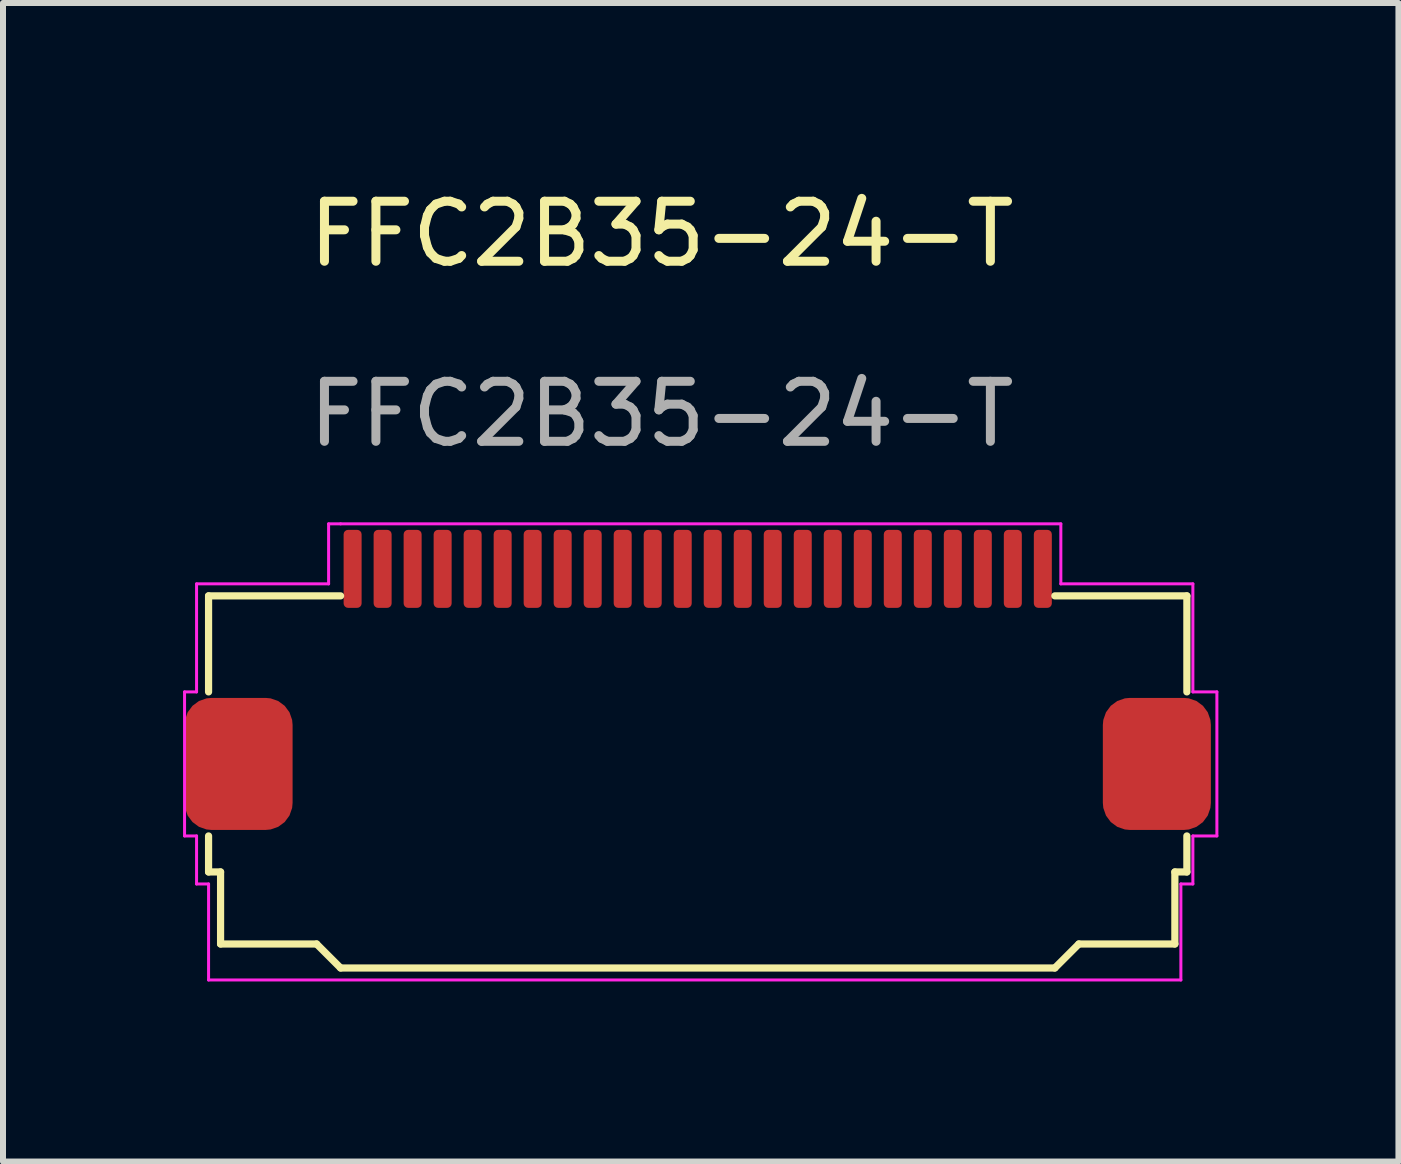
<source format=kicad_pcb>
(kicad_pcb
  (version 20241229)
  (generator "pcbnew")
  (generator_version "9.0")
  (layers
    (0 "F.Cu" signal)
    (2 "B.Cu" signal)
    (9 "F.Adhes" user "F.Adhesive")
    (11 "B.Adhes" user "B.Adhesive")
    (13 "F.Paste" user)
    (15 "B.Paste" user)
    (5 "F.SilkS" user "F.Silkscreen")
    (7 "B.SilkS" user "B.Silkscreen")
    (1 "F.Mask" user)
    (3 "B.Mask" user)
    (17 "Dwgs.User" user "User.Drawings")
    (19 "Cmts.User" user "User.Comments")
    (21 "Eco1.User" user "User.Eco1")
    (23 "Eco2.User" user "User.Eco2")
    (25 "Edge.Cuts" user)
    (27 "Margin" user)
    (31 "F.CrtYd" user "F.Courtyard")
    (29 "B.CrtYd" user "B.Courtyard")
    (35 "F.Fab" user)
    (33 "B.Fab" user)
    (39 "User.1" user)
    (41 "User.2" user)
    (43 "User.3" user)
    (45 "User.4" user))
  (footprint "FFC2B35-24-T"
    (layer "F.Cu")
    (at 8.575 7.078)
    (property "Reference" "FFC2B35-24-T" (at -0.6 -6.23 0) (unlocked yes) (layer "F.SilkS") (effects (font (size 1 1) (thickness 0.15))))
    (attr smd)
    (fp_line (start -8.15 -0.2) (end -8.15 1.4) (stroke (width 0.12) (type solid)) (layer "F.SilkS"))
    (fp_line (start -8.15 3.8) (end -8.15 4.4) (stroke (width 0.12) (type solid)) (layer "F.SilkS"))
    (fp_line (start -8.15 4.4) (end -7.95 4.4) (stroke (width 0.12) (type solid)) (layer "F.SilkS"))
    (fp_line (start -7.95 4.4) (end -7.95 5.6) (stroke (width 0.12) (type solid)) (layer "F.SilkS"))
    (fp_line (start -7.95 5.6) (end -6.35 5.6) (stroke (width 0.12) (type solid)) (layer "F.SilkS"))
    (fp_line (start -6.35 5.6) (end -5.95 6) (stroke (width 0.12) (type solid)) (layer "F.SilkS"))
    (fp_line (start -5.95 -0.2) (end -8.15 -0.2) (stroke (width 0.12) (type solid)) (layer "F.SilkS"))
    (fp_line (start 5.95 -0.2) (end 8.15 -0.2) (stroke (width 0.12) (type solid)) (layer "F.SilkS"))
    (fp_line (start 5.95 6) (end -5.95 6) (stroke (width 0.12) (type solid)) (layer "F.SilkS"))
    (fp_line (start 6.35 5.6) (end 5.95 6) (stroke (width 0.12) (type solid)) (layer "F.SilkS"))
    (fp_line (start 7.95 4.4) (end 7.95 5.6) (stroke (width 0.12) (type solid)) (layer "F.SilkS"))
    (fp_line (start 7.95 5.6) (end 6.35 5.6) (stroke (width 0.12) (type solid)) (layer "F.SilkS"))
    (fp_line (start 8.15 -0.2) (end 8.15 1.4) (stroke (width 0.12) (type solid)) (layer "F.SilkS"))
    (fp_line (start 8.15 3.8) (end 8.15 4.4) (stroke (width 0.12) (type solid)) (layer "F.SilkS"))
    (fp_line (start 8.15 4.4) (end 7.95 4.4) (stroke (width 0.12) (type solid)) (layer "F.SilkS"))
    (fp_line (start -8.55 1.4) (end -8.35 1.4) (stroke (width 0.05) (type solid)) (layer "F.CrtYd"))
    (fp_line (start -8.55 3.8) (end -8.55 1.4) (stroke (width 0.05) (type solid)) (layer "F.CrtYd"))
    (fp_line (start -8.35 -0.4) (end -6.15 -0.4) (stroke (width 0.05) (type solid)) (layer "F.CrtYd"))
    (fp_line (start -8.35 1.4) (end -8.35 -0.4) (stroke (width 0.05) (type solid)) (layer "F.CrtYd"))
    (fp_line (start -8.35 3.8) (end -8.55 3.8) (stroke (width 0.05) (type solid)) (layer "F.CrtYd"))
    (fp_line (start -8.35 4.6) (end -8.35 3.8) (stroke (width 0.05) (type solid)) (layer "F.CrtYd"))
    (fp_line (start -8.15 4.6) (end -8.35 4.6) (stroke (width 0.05) (type solid)) (layer "F.CrtYd"))
    (fp_line (start -8.15 6.2) (end -8.15 4.6) (stroke (width 0.05) (type solid)) (layer "F.CrtYd"))
    (fp_line (start -6.15 -1.4) (end -5.95 -1.4) (stroke (width 0.05) (type solid)) (layer "F.CrtYd"))
    (fp_line (start -6.15 -0.4) (end -6.15 -1.4) (stroke (width 0.05) (type solid)) (layer "F.CrtYd"))
    (fp_line (start -5.95 -1.4) (end 6.05 -1.4) (stroke (width 0.05) (type solid)) (layer "F.CrtYd"))
    (fp_line (start 6.05 -1.4) (end 6.05 -0.4) (stroke (width 0.05) (type solid)) (layer "F.CrtYd"))
    (fp_line (start 6.05 -0.4) (end 8.25 -0.4) (stroke (width 0.05) (type solid)) (layer "F.CrtYd"))
    (fp_line (start 8.05 4.6) (end 8.05 6.2) (stroke (width 0.05) (type solid)) (layer "F.CrtYd"))
    (fp_line (start 8.05 6.2) (end -8.15 6.2) (stroke (width 0.05) (type solid)) (layer "F.CrtYd"))
    (fp_line (start 8.25 -0.4) (end 8.25 1.4) (stroke (width 0.05) (type solid)) (layer "F.CrtYd"))
    (fp_line (start 8.25 1.4) (end 8.65 1.4) (stroke (width 0.05) (type solid)) (layer "F.CrtYd"))
    (fp_line (start 8.25 3.8) (end 8.25 4.6) (stroke (width 0.05) (type solid)) (layer "F.CrtYd"))
    (fp_line (start 8.25 4.6) (end 8.05 4.6) (stroke (width 0.05) (type solid)) (layer "F.CrtYd"))
    (fp_line (start 8.65 1.4) (end 8.65 3.8) (stroke (width 0.05) (type solid)) (layer "F.CrtYd"))
    (fp_line (start 8.65 3.8) (end 8.25 3.8) (stroke (width 0.05) (type solid)) (layer "F.CrtYd"))
    (fp_text user "${REFERENCE}" (at -0.6 -3.23 0) (unlocked yes) (layer "F.Fab") (effects (font (size 1 1) (thickness 0.15))))
    (pad "1" smd roundrect (at 5.75 -0.65) (size 0.3 1.3) (layers "F.Cu" "F.Mask" "F.Paste") (roundrect_rratio 0.25))
    (pad "2" smd roundrect (at 5.25 -0.65) (size 0.3 1.3) (layers "F.Cu" "F.Mask" "F.Paste") (roundrect_rratio 0.25))
    (pad "3" smd roundrect (at 4.75 -0.65) (size 0.3 1.3) (layers "F.Cu" "F.Mask" "F.Paste") (roundrect_rratio 0.25))
    (pad "4" smd roundrect (at 4.25 -0.65) (size 0.3 1.3) (layers "F.Cu" "F.Mask" "F.Paste") (roundrect_rratio 0.25))
    (pad "5" smd roundrect (at 3.75 -0.65) (size 0.3 1.3) (layers "F.Cu" "F.Mask" "F.Paste") (roundrect_rratio 0.25))
    (pad "6" smd roundrect (at 3.25 -0.65) (size 0.3 1.3) (layers "F.Cu" "F.Mask" "F.Paste") (roundrect_rratio 0.25))
    (pad "7" smd roundrect (at 2.75 -0.65) (size 0.3 1.3) (layers "F.Cu" "F.Mask" "F.Paste") (roundrect_rratio 0.25))
    (pad "8" smd roundrect (at 2.25 -0.65) (size 0.3 1.3) (layers "F.Cu" "F.Mask" "F.Paste") (roundrect_rratio 0.25))
    (pad "9" smd roundrect (at 1.75 -0.65) (size 0.3 1.3) (layers "F.Cu" "F.Mask" "F.Paste") (roundrect_rratio 0.25))
    (pad "10" smd roundrect (at 1.25 -0.65) (size 0.3 1.3) (layers "F.Cu" "F.Mask" "F.Paste") (roundrect_rratio 0.25))
    (pad "11" smd roundrect (at 0.75 -0.65) (size 0.3 1.3) (layers "F.Cu" "F.Mask" "F.Paste") (roundrect_rratio 0.25))
    (pad "12" smd roundrect (at 0.25 -0.65) (size 0.3 1.3) (layers "F.Cu" "F.Mask" "F.Paste") (roundrect_rratio 0.25))
    (pad "13" smd roundrect (at -0.25 -0.65) (size 0.3 1.3) (layers "F.Cu" "F.Mask" "F.Paste") (roundrect_rratio 0.25))
    (pad "14" smd roundrect (at -0.75 -0.65) (size 0.3 1.3) (layers "F.Cu" "F.Mask" "F.Paste") (roundrect_rratio 0.25))
    (pad "15" smd roundrect (at -1.25 -0.65) (size 0.3 1.3) (layers "F.Cu" "F.Mask" "F.Paste") (roundrect_rratio 0.25))
    (pad "16" smd roundrect (at -1.75 -0.65) (size 0.3 1.3) (layers "F.Cu" "F.Mask" "F.Paste") (roundrect_rratio 0.25))
    (pad "17" smd roundrect (at -2.25 -0.65) (size 0.3 1.3) (layers "F.Cu" "F.Mask" "F.Paste") (roundrect_rratio 0.25))
    (pad "18" smd roundrect (at -2.75 -0.65) (size 0.3 1.3) (layers "F.Cu" "F.Mask" "F.Paste") (roundrect_rratio 0.25))
    (pad "19" smd roundrect (at -3.25 -0.65) (size 0.3 1.3) (layers "F.Cu" "F.Mask" "F.Paste") (roundrect_rratio 0.25))
    (pad "20" smd roundrect (at -3.75 -0.65) (size 0.3 1.3) (layers "F.Cu" "F.Mask" "F.Paste") (roundrect_rratio 0.25))
    (pad "21" smd roundrect (at -4.25 -0.65) (size 0.3 1.3) (layers "F.Cu" "F.Mask" "F.Paste") (roundrect_rratio 0.25))
    (pad "22" smd roundrect (at -4.75 -0.65) (size 0.3 1.3) (layers "F.Cu" "F.Mask" "F.Paste") (roundrect_rratio 0.25))
    (pad "23" smd roundrect (at -5.25 -0.65) (size 0.3 1.3) (layers "F.Cu" "F.Mask" "F.Paste") (roundrect_rratio 0.25))
    (pad "24" smd roundrect (at -5.75 -0.65) (size 0.3 1.3) (layers "F.Cu" "F.Mask" "F.Paste") (roundrect_rratio 0.25))
    (pad "Pad" smd roundrect (at -7.65 2.6) (size 1.8 2.2) (layers "F.Cu" "F.Mask" "F.Paste") (roundrect_rratio 0.25))
    (pad "Pad" smd roundrect (at 7.65 2.6) (size 1.8 2.2) (layers "F.Cu" "F.Mask" "F.Paste") (roundrect_rratio 0.25)))
  (gr_rect
    (start -3 -3)
    (end 20.25 16.303)
    (stroke (width 0.1) (type default))
    (fill no)
    (layer "Edge.Cuts")))
</source>
